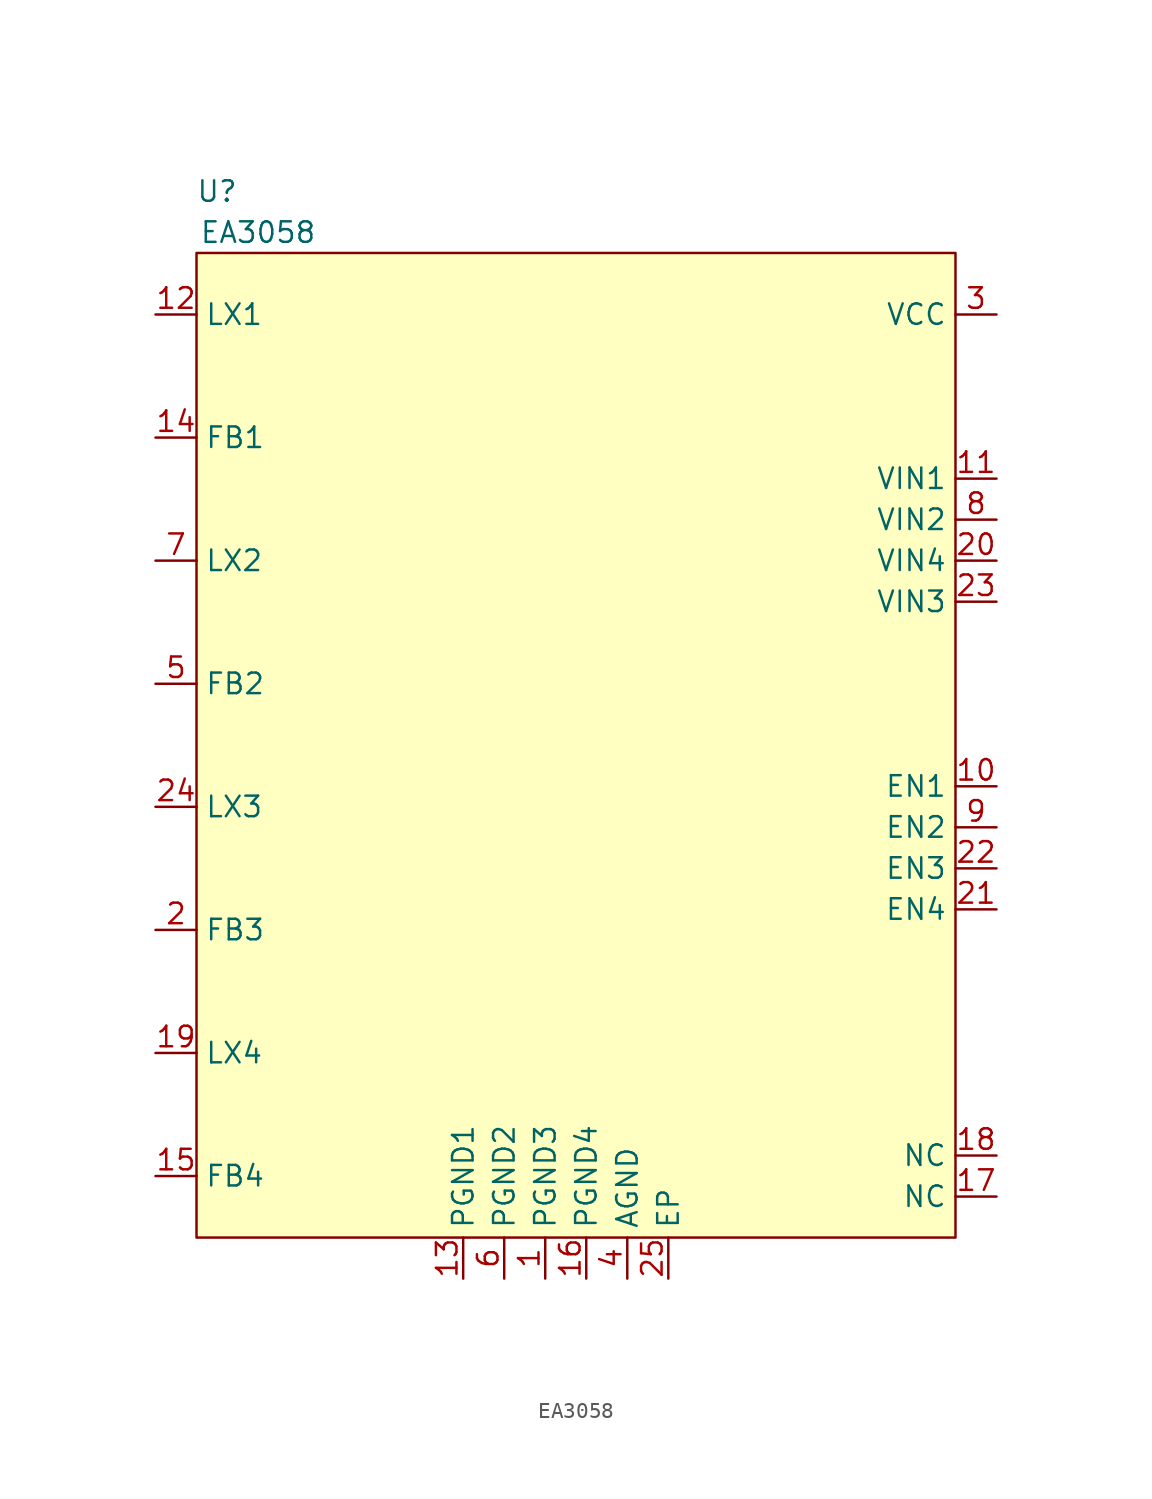
<source format=kicad_sym>
(kicad_symbol_lib
  (version 20231120)
  (generator "kicad_symbol_editor")
  (generator_version "8.0")
  (symbol "EA3058"
    (property "Reference" "U"
      (at -21.59 33.02 0)
      (effects (font (size 1.27 1.27))))
    (property "Value" "EA3058"
      (at -19.05 30.48 0)
      (effects (font (size 1.27 1.27))))
    (symbol "EA3058_0_0"
      (pin unspecified line (at -1.27 -34.29 90) (length 2.54) (name "PGND3" (effects (font (size 1.27 1.27)))) (number "1" (effects (font (size 1.27 1.27)))))
      (pin unspecified line (at 26.67 -3.81 180) (length 2.54) (name "EN1" (effects (font (size 1.27 1.27)))) (number "10" (effects (font (size 1.27 1.27)))))
      (pin unspecified line (at 26.67 15.24 180) (length 2.54) (name "VIN1" (effects (font (size 1.27 1.27)))) (number "11" (effects (font (size 1.27 1.27)))))
      (pin unspecified line (at -25.4 25.4 0) (length 2.54) (name "LX1" (effects (font (size 1.27 1.27)))) (number "12" (effects (font (size 1.27 1.27)))))
      (pin unspecified line (at -6.35 -34.29 90) (length 2.54) (name "PGND1" (effects (font (size 1.27 1.27)))) (number "13" (effects (font (size 1.27 1.27)))))
      (pin unspecified line (at -25.4 17.78 0) (length 2.54) (name "FB1" (effects (font (size 1.27 1.27)))) (number "14" (effects (font (size 1.27 1.27)))))
      (pin unspecified line (at -25.4 -27.94 0) (length 2.54) (name "FB4" (effects (font (size 1.27 1.27)))) (number "15" (effects (font (size 1.27 1.27)))))
      (pin unspecified line (at 1.27 -34.29 90) (length 2.54) (name "PGND4" (effects (font (size 1.27 1.27)))) (number "16" (effects (font (size 1.27 1.27)))))
      (pin unspecified line (at 26.67 -26.67 180) (length 2.54) (name "NC" (effects (font (size 1.27 1.27)))) (number "18" (effects (font (size 1.27 1.27)))))
      (pin unspecified line (at -25.4 -20.32 0) (length 2.54) (name "LX4" (effects (font (size 1.27 1.27)))) (number "19" (effects (font (size 1.27 1.27)))))
      (pin unspecified line (at -25.4 -12.7 0) (length 2.54) (name "FB3" (effects (font (size 1.27 1.27)))) (number "2" (effects (font (size 1.27 1.27)))))
      (pin unspecified line (at 26.67 10.16 180) (length 2.54) (name "VIN4" (effects (font (size 1.27 1.27)))) (number "20" (effects (font (size 1.27 1.27)))))
      (pin unspecified line (at 26.67 -11.43 180) (length 2.54) (name "EN4" (effects (font (size 1.27 1.27)))) (number "21" (effects (font (size 1.27 1.27)))))
      (pin unspecified line (at 26.67 -8.89 180) (length 2.54) (name "EN3" (effects (font (size 1.27 1.27)))) (number "22" (effects (font (size 1.27 1.27)))))
      (pin unspecified line (at 26.67 7.62 180) (length 2.54) (name "VIN3" (effects (font (size 1.27 1.27)))) (number "23" (effects (font (size 1.27 1.27)))))
      (pin unspecified line (at -25.4 -5.08 0) (length 2.54) (name "LX3" (effects (font (size 1.27 1.27)))) (number "24" (effects (font (size 1.27 1.27)))))
      (pin unspecified line (at 6.35 -34.29 90) (length 2.54) (name "EP" (effects (font (size 1.27 1.27)))) (number "25" (effects (font (size 1.27 1.27)))))
      (pin unspecified line (at 26.67 25.4 180) (length 2.54) (name "VCC" (effects (font (size 1.27 1.27)))) (number "3" (effects (font (size 1.27 1.27)))))
      (pin unspecified line (at 3.81 -34.29 90) (length 2.54) (name "AGND" (effects (font (size 1.27 1.27)))) (number "4" (effects (font (size 1.27 1.27)))))
      (pin unspecified line (at -25.4 2.54 0) (length 2.54) (name "FB2" (effects (font (size 1.27 1.27)))) (number "5" (effects (font (size 1.27 1.27)))))
      (pin unspecified line (at -3.81 -34.29 90) (length 2.54) (name "PGND2" (effects (font (size 1.27 1.27)))) (number "6" (effects (font (size 1.27 1.27)))))
      (pin unspecified line (at -25.4 10.16 0) (length 2.54) (name "LX2" (effects (font (size 1.27 1.27)))) (number "7" (effects (font (size 1.27 1.27)))))
      (pin unspecified line (at 26.67 12.7 180) (length 2.54) (name "VIN2" (effects (font (size 1.27 1.27)))) (number "8" (effects (font (size 1.27 1.27)))))
      (pin unspecified line (at 26.67 -6.35 180) (length 2.54) (name "EN2" (effects (font (size 1.27 1.27)))) (number "9" (effects (font (size 1.27 1.27))))))
    (symbol "EA3058_1_0"
      (pin unspecified line (at 26.67 -29.21 180) (length 2.54) (name "NC" (effects (font (size 1.27 1.27)))) (number "17" (effects (font (size 1.27 1.27))))))
    (symbol "EA3058_1_1"
      (rectangle (start -22.86 29.21) (end 24.13 -31.75) (stroke (width 0) (type default)) (fill (type background))))))
</source>
